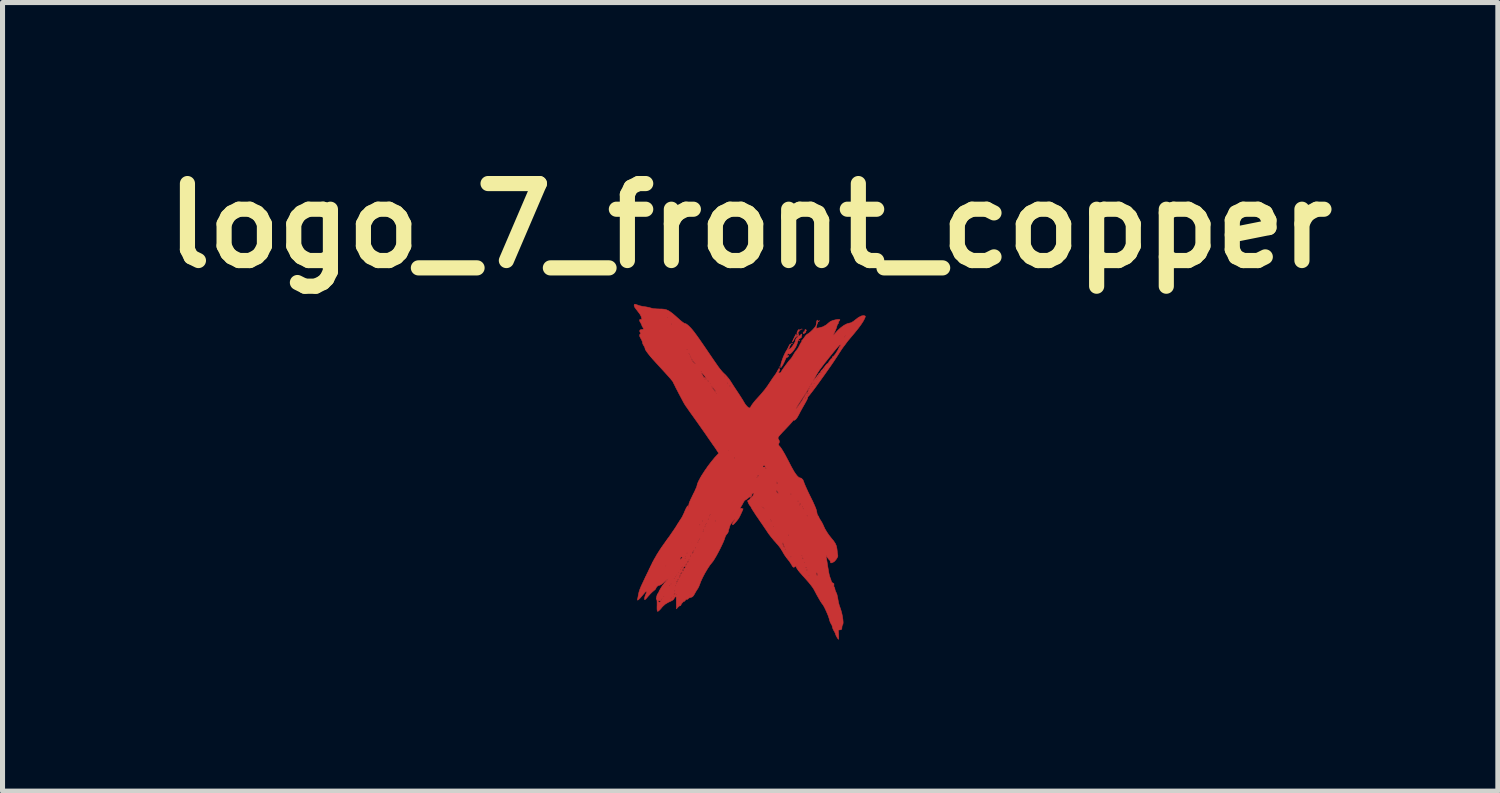
<source format=kicad_pcb>
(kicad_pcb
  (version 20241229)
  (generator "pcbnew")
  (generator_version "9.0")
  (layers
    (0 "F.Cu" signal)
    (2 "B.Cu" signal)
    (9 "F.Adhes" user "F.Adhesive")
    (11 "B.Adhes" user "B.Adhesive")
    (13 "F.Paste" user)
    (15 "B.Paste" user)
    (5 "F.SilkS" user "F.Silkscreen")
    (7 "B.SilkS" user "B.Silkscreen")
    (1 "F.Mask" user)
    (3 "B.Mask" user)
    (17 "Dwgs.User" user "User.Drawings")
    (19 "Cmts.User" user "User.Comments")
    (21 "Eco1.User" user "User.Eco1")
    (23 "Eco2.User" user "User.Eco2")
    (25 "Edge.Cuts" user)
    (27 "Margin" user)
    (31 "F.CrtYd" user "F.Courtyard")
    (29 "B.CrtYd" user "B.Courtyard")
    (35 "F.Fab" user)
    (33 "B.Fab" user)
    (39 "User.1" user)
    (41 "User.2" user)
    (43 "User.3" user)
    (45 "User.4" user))
  (footprint "logo_7_front_copper"
    (layer "F.Cu")
    (at 11.8 6.498)
    (property "Reference" "logo_7_front_copper" (at 0 -5.08 0) (layer "F.SilkS") (effects (font (size 1.524 1.524) (thickness 0.3))))
    (attr through_hole)
    (fp_poly (pts (xy 0.584 -2.283) (xy 0.578 -2.277) (xy 0.572 -2.283) (xy 0.578 -2.289) (xy 0.584 -2.283)) (stroke (width 0.01) (type solid)) (fill yes) (layer "F.Cu"))
    (fp_poly (pts (xy 0.902 -2.816) (xy 0.895 -2.81) (xy 0.889 -2.816) (xy 0.895 -2.823) (xy 0.902 -2.816)) (stroke (width 0.01) (type solid)) (fill yes) (layer "F.Cu"))
    (fp_poly (pts (xy 0.978 -2.804) (xy 0.972 -2.797) (xy 0.965 -2.804) (xy 0.972 -2.81) (xy 0.978 -2.804)) (stroke (width 0.01) (type solid)) (fill yes) (layer "F.Cu"))
    (fp_poly (pts (xy 1.003 -3.02) (xy 0.997 -3.013) (xy 0.991 -3.02) (xy 0.997 -3.026) (xy 1.003 -3.02)) (stroke (width 0.01) (type solid)) (fill yes) (layer "F.Cu"))
    (fp_poly (pts (xy 1.029 -3.032) (xy 1.022 -3.026) (xy 1.016 -3.032) (xy 1.022 -3.039) (xy 1.029 -3.032)) (stroke (width 0.01) (type solid)) (fill yes) (layer "F.Cu"))
    (fp_poly (pts (xy 0.834 -2.755) (xy 0.832 -2.747) (xy 0.826 -2.747) (xy 0.815 -2.751) (xy 0.817 -2.755) (xy 0.832 -2.756) (xy 0.834 -2.755)) (stroke (width 0.01) (type solid)) (fill yes) (layer "F.Cu"))
    (fp_poly (pts (xy 1.368 -3.195) (xy 1.365 -3.191) (xy 1.353 -3.179) (xy 1.351 -3.178) (xy 1.35 -3.187) (xy 1.353 -3.191) (xy 1.365 -3.203) (xy 1.367 -3.204) (xy 1.368 -3.195)) (stroke (width 0.01) (type solid)) (fill yes) (layer "F.Cu"))
    (fp_poly (pts (xy 1.108 -3.018) (xy 1.111 -3.002) (xy 1.105 -2.994) (xy 1.097 -2.979) (xy 1.099 -2.974) (xy 1.096 -2.964) (xy 1.086 -2.962) (xy 1.071 -2.957) (xy 1.072 -2.952) (xy 1.068 -2.942) (xy 1.061 -2.941) (xy 1.048 -2.951) (xy 1.047 -2.961) (xy 1.059 -2.979) (xy 1.068 -2.982) (xy 1.081 -2.992) (xy 1.082 -3.004) (xy 1.085 -3.022) (xy 1.091 -3.026) (xy 1.108 -3.018)) (stroke (width 0.01) (type solid)) (fill yes) (layer "F.Cu"))
    (fp_poly (pts (xy 0.977 -3.018) (xy 0.973 -2.998) (xy 0.959 -2.98) (xy 0.944 -2.96) (xy 0.94 -2.945) (xy 0.947 -2.941) (xy 0.952 -2.943) (xy 0.96 -2.941) (xy 0.958 -2.932) (xy 0.954 -2.906) (xy 0.966 -2.896) (xy 0.987 -2.907) (xy 0.99 -2.911) (xy 1.009 -2.93) (xy 1.02 -2.937) (xy 1.023 -2.927) (xy 1.021 -2.904) (xy 1.015 -2.886) (xy 1.014 -2.871) (xy 1.005 -2.861) (xy 0.99 -2.854) (xy 0.964 -2.834) (xy 0.944 -2.794) (xy 0.934 -2.759) (xy 0.92 -2.717) (xy 0.898 -2.671) (xy 0.869 -2.627) (xy 0.839 -2.587) (xy 0.809 -2.557) (xy 0.784 -2.539) (xy 0.765 -2.54) (xy 0.762 -2.543) (xy 0.751 -2.549) (xy 0.738 -2.533) (xy 0.736 -2.53) (xy 0.727 -2.51) (xy 0.733 -2.506) (xy 0.741 -2.509) (xy 0.759 -2.511) (xy 0.762 -2.506) (xy 0.754 -2.49) (xy 0.737 -2.476) (xy 0.723 -2.473) (xy 0.721 -2.474) (xy 0.714 -2.467) (xy 0.701 -2.442) (xy 0.692 -2.421) (xy 0.674 -2.381) (xy 0.651 -2.336) (xy 0.626 -2.296) (xy 0.606 -2.269) (xy 0.605 -2.268) (xy 0.604 -2.277) (xy 0.604 -2.303) (xy 0.604 -2.312) (xy 0.611 -2.351) (xy 0.627 -2.404) (xy 0.648 -2.464) (xy 0.673 -2.523) (xy 0.697 -2.572) (xy 0.712 -2.598) (xy 0.733 -2.631) (xy 0.755 -2.674) (xy 0.762 -2.69) (xy 0.781 -2.726) (xy 0.797 -2.74) (xy 0.802 -2.739) (xy 0.807 -2.727) (xy 0.793 -2.713) (xy 0.779 -2.697) (xy 0.779 -2.687) (xy 0.778 -2.673) (xy 0.766 -2.655) (xy 0.753 -2.637) (xy 0.758 -2.633) (xy 0.784 -2.643) (xy 0.792 -2.646) (xy 0.812 -2.663) (xy 0.837 -2.696) (xy 0.864 -2.736) (xy 0.887 -2.777) (xy 0.903 -2.814) (xy 0.907 -2.838) (xy 0.907 -2.841) (xy 0.912 -2.857) (xy 0.926 -2.864) (xy 0.948 -2.876) (xy 0.95 -2.888) (xy 0.932 -2.894) (xy 0.927 -2.894) (xy 0.903 -2.881) (xy 0.878 -2.847) (xy 0.875 -2.842) (xy 0.852 -2.8) (xy 0.839 -2.781) (xy 0.836 -2.785) (xy 0.846 -2.811) (xy 0.862 -2.846) (xy 0.882 -2.887) (xy 0.899 -2.919) (xy 0.909 -2.935) (xy 0.909 -2.935) (xy 0.913 -2.935) (xy 0.91 -2.929) (xy 0.912 -2.913) (xy 0.921 -2.907) (xy 0.936 -2.909) (xy 0.94 -2.925) (xy 0.931 -2.941) (xy 0.928 -2.943) (xy 0.925 -2.957) (xy 0.933 -2.982) (xy 0.946 -3.008) (xy 0.961 -3.024) (xy 0.966 -3.026) (xy 0.977 -3.018)) (stroke (width 0.01) (type solid)) (fill yes) (layer "F.Cu"))
    (fp_poly (pts (xy -2.272 -3.525) (xy -2.242 -3.515) (xy -2.228 -3.51) (xy -2.187 -3.496) (xy -2.134 -3.484) (xy -2.102 -3.479) (xy -2.048 -3.471) (xy -1.995 -3.46) (xy -1.97 -3.452) (xy -1.92 -3.44) (xy -1.853 -3.434) (xy -1.798 -3.432) (xy -1.746 -3.431) (xy -1.703 -3.427) (xy -1.663 -3.418) (xy -1.625 -3.402) (xy -1.584 -3.377) (xy -1.535 -3.341) (xy -1.477 -3.291) (xy -1.405 -3.227) (xy -1.389 -3.212) (xy -1.35 -3.18) (xy -1.317 -3.156) (xy -1.295 -3.145) (xy -1.29 -3.144) (xy -1.273 -3.14) (xy -1.245 -3.121) (xy -1.216 -3.096) (xy -1.192 -3.072) (xy -1.168 -3.047) (xy -1.144 -3.019) (xy -1.117 -2.986) (xy -1.087 -2.946) (xy -1.051 -2.897) (xy -1.007 -2.835) (xy -0.955 -2.76) (xy -0.893 -2.67) (xy -0.819 -2.561) (xy -0.781 -2.505) (xy -0.72 -2.416) (xy -0.67 -2.344) (xy -0.631 -2.288) (xy -0.598 -2.244) (xy -0.57 -2.21) (xy -0.545 -2.181) (xy -0.521 -2.157) (xy -0.5 -2.138) (xy -0.463 -2.099) (xy -0.421 -2.048) (xy -0.384 -1.995) (xy -0.381 -1.989) (xy -0.349 -1.939) (xy -0.309 -1.877) (xy -0.266 -1.812) (xy -0.24 -1.773) (xy -0.204 -1.718) (xy -0.17 -1.665) (xy -0.143 -1.622) (xy -0.129 -1.597) (xy -0.097 -1.545) (xy -0.062 -1.503) (xy -0.03 -1.477) (xy -0.023 -1.473) (xy -0.005 -1.475) (xy 0.013 -1.498) (xy 0.019 -1.511) (xy 0.037 -1.539) (xy 0.068 -1.58) (xy 0.106 -1.626) (xy 0.13 -1.652) (xy 0.22 -1.752) (xy 0.294 -1.841) (xy 0.353 -1.922) (xy 0.356 -1.927) (xy 1.198 -1.927) (xy 1.199 -1.921) (xy 1.209 -1.931) (xy 1.219 -1.946) (xy 1.222 -1.953) (xy 1.257 -1.953) (xy 1.264 -1.946) (xy 1.27 -1.953) (xy 1.264 -1.959) (xy 1.257 -1.953) (xy 1.222 -1.953) (xy 1.227 -1.966) (xy 1.226 -1.972) (xy 1.216 -1.962) (xy 1.206 -1.946) (xy 1.198 -1.927) (xy 0.356 -1.927) (xy 0.385 -1.971) (xy 0.404 -1.999) (xy 1.245 -1.999) (xy 1.247 -2.002) (xy 1.265 -2.026) (xy 1.277 -2.042) (xy 1.308 -2.042) (xy 1.314 -2.035) (xy 1.321 -2.042) (xy 1.314 -2.048) (xy 1.308 -2.042) (xy 1.277 -2.042) (xy 1.291 -2.059) (xy 1.298 -2.067) (xy 1.321 -2.067) (xy 1.327 -2.061) (xy 1.333 -2.067) (xy 1.327 -2.073) (xy 1.321 -2.067) (xy 1.298 -2.067) (xy 1.305 -2.077) (xy 1.328 -2.105) (xy 1.346 -2.105) (xy 1.353 -2.099) (xy 1.359 -2.105) (xy 1.353 -2.111) (xy 1.346 -2.105) (xy 1.328 -2.105) (xy 1.332 -2.111) (xy 1.354 -2.141) (xy 1.355 -2.143) (xy 1.372 -2.143) (xy 1.378 -2.137) (xy 1.384 -2.143) (xy 1.378 -2.15) (xy 1.372 -2.143) (xy 1.355 -2.143) (xy 1.36 -2.152) (xy 1.376 -2.167) (xy 1.387 -2.167) (xy 1.395 -2.166) (xy 1.394 -2.169) (xy 1.41 -2.169) (xy 1.416 -2.162) (xy 1.422 -2.169) (xy 1.416 -2.175) (xy 1.41 -2.169) (xy 1.394 -2.169) (xy 1.392 -2.173) (xy 1.394 -2.191) (xy 1.405 -2.207) (xy 1.41 -2.207) (xy 1.416 -2.2) (xy 1.422 -2.207) (xy 1.435 -2.207) (xy 1.441 -2.2) (xy 1.448 -2.207) (xy 1.441 -2.213) (xy 1.435 -2.207) (xy 1.422 -2.207) (xy 1.416 -2.213) (xy 1.41 -2.207) (xy 1.405 -2.207) (xy 1.411 -2.214) (xy 1.413 -2.216) (xy 1.437 -2.243) (xy 1.439 -2.245) (xy 1.46 -2.245) (xy 1.467 -2.239) (xy 1.473 -2.245) (xy 1.467 -2.251) (xy 1.46 -2.245) (xy 1.439 -2.245) (xy 1.468 -2.281) (xy 1.485 -2.305) (xy 1.51 -2.336) (xy 1.532 -2.354) (xy 1.542 -2.357) (xy 1.549 -2.355) (xy 1.547 -2.358) (xy 1.549 -2.373) (xy 1.565 -2.397) (xy 1.569 -2.402) (xy 1.59 -2.427) (xy 1.6 -2.444) (xy 1.6 -2.445) (xy 1.608 -2.45) (xy 1.613 -2.448) (xy 1.624 -2.447) (xy 1.624 -2.45) (xy 1.624 -2.476) (xy 1.632 -2.488) (xy 1.637 -2.487) (xy 1.648 -2.494) (xy 1.668 -2.517) (xy 1.693 -2.55) (xy 1.718 -2.589) (xy 1.74 -2.627) (xy 1.756 -2.659) (xy 1.759 -2.667) (xy 1.768 -2.687) (xy 1.776 -2.691) (xy 1.783 -2.697) (xy 1.786 -2.715) (xy 1.785 -2.723) (xy 1.778 -2.723) (xy 1.764 -2.712) (xy 1.742 -2.689) (xy 1.71 -2.653) (xy 1.667 -2.601) (xy 1.612 -2.533) (xy 1.543 -2.447) (xy 1.529 -2.429) (xy 1.466 -2.35) (xy 1.417 -2.285) (xy 1.377 -2.232) (xy 1.345 -2.184) (xy 1.317 -2.138) (xy 1.289 -2.088) (xy 1.278 -2.067) (xy 1.258 -2.029) (xy 1.247 -2.005) (xy 1.245 -1.999) (xy 0.404 -1.999) (xy 0.418 -2.021) (xy 0.453 -2.073) (xy 0.479 -2.108) (xy 0.509 -2.151) (xy 0.535 -2.195) (xy 0.546 -2.216) (xy 0.561 -2.245) (xy 0.573 -2.254) (xy 0.582 -2.247) (xy 0.589 -2.227) (xy 0.578 -2.206) (xy 0.562 -2.18) (xy 0.564 -2.167) (xy 0.584 -2.166) (xy 0.605 -2.172) (xy 0.61 -2.18) (xy 0.617 -2.195) (xy 0.636 -2.226) (xy 0.664 -2.266) (xy 0.696 -2.311) (xy 0.73 -2.356) (xy 0.76 -2.396) (xy 0.785 -2.425) (xy 0.795 -2.435) (xy 0.818 -2.463) (xy 0.842 -2.501) (xy 0.85 -2.514) (xy 0.876 -2.559) (xy 0.907 -2.603) (xy 0.915 -2.611) (xy 0.944 -2.651) (xy 0.969 -2.695) (xy 0.973 -2.704) (xy 0.991 -2.741) (xy 1.009 -2.771) (xy 1.013 -2.775) (xy 1.024 -2.792) (xy 1.021 -2.797) (xy 1.018 -2.803) (xy 1.023 -2.807) (xy 1.037 -2.822) (xy 1.06 -2.851) (xy 1.078 -2.877) (xy 1.08 -2.88) (xy 1.867 -2.88) (xy 1.873 -2.873) (xy 1.88 -2.88) (xy 1.873 -2.886) (xy 1.867 -2.88) (xy 1.08 -2.88) (xy 1.1 -2.905) (xy 1.88 -2.905) (xy 1.886 -2.899) (xy 1.892 -2.905) (xy 1.886 -2.912) (xy 1.88 -2.905) (xy 1.1 -2.905) (xy 1.103 -2.91) (xy 1.126 -2.931) (xy 1.137 -2.937) (xy 1.154 -2.946) (xy 1.183 -2.969) (xy 1.218 -3.002) (xy 1.232 -3.015) (xy 1.272 -3.059) (xy 1.297 -3.092) (xy 1.307 -3.119) (xy 1.309 -3.133) (xy 1.313 -3.17) (xy 1.32 -3.197) (xy 1.327 -3.212) (xy 1.332 -3.206) (xy 1.336 -3.188) (xy 1.338 -3.162) (xy 1.333 -3.15) (xy 1.326 -3.137) (xy 1.317 -3.107) (xy 1.315 -3.098) (xy 1.306 -3.049) (xy 1.361 -3.058) (xy 1.441 -3.08) (xy 1.509 -3.119) (xy 1.543 -3.149) (xy 1.586 -3.183) (xy 1.637 -3.206) (xy 1.704 -3.221) (xy 1.73 -3.225) (xy 1.765 -3.226) (xy 1.777 -3.217) (xy 1.767 -3.198) (xy 1.759 -3.191) (xy 1.747 -3.173) (xy 1.748 -3.163) (xy 1.746 -3.146) (xy 1.739 -3.14) (xy 1.725 -3.12) (xy 1.718 -3.096) (xy 1.71 -3.066) (xy 1.694 -3.025) (xy 1.679 -2.99) (xy 1.656 -2.942) (xy 1.644 -2.914) (xy 1.643 -2.906) (xy 1.653 -2.916) (xy 1.674 -2.941) (xy 1.679 -2.947) (xy 1.735 -3.009) (xy 1.796 -3.064) (xy 1.858 -3.109) (xy 1.916 -3.139) (xy 1.966 -3.153) (xy 1.973 -3.153) (xy 2.001 -3.162) (xy 2.04 -3.185) (xy 2.071 -3.209) (xy 2.14 -3.262) (xy 2.198 -3.293) (xy 2.244 -3.302) (xy 2.255 -3.3) (xy 2.275 -3.293) (xy 2.28 -3.282) (xy 2.272 -3.258) (xy 2.268 -3.248) (xy 2.241 -3.195) (xy 2.2 -3.131) (xy 2.143 -3.053) (xy 2.069 -2.961) (xy 2 -2.879) (xy 1.963 -2.835) (xy 1.929 -2.794) (xy 1.905 -2.762) (xy 1.899 -2.754) (xy 1.872 -2.717) (xy 1.847 -2.685) (xy 1.83 -2.661) (xy 1.803 -2.622) (xy 1.77 -2.571) (xy 1.734 -2.515) (xy 1.728 -2.505) (xy 1.691 -2.449) (xy 1.646 -2.381) (xy 1.594 -2.305) (xy 1.537 -2.224) (xy 1.478 -2.14) (xy 1.418 -2.056) (xy 1.36 -1.975) (xy 1.305 -1.899) (xy 1.255 -1.832) (xy 1.212 -1.776) (xy 1.179 -1.734) (xy 1.158 -1.709) (xy 1.152 -1.704) (xy 1.141 -1.687) (xy 1.14 -1.685) (xy 1.136 -1.663) (xy 1.121 -1.63) (xy 1.096 -1.583) (xy 1.064 -1.527) (xy 1.031 -1.469) (xy 0.996 -1.406) (xy 0.967 -1.349) (xy 0.965 -1.346) (xy 0.933 -1.288) (xy 0.904 -1.249) (xy 0.878 -1.229) (xy 0.862 -1.23) (xy 0.851 -1.229) (xy 0.851 -1.226) (xy 0.843 -1.213) (xy 0.82 -1.186) (xy 0.787 -1.149) (xy 0.749 -1.108) (xy 0.683 -1.038) (xy 0.632 -0.985) (xy 0.596 -0.945) (xy 0.571 -0.916) (xy 0.557 -0.896) (xy 0.551 -0.881) (xy 0.552 -0.869) (xy 0.557 -0.858) (xy 0.565 -0.846) (xy 0.579 -0.816) (xy 0.576 -0.789) (xy 0.573 -0.782) (xy 0.563 -0.76) (xy 0.561 -0.745) (xy 0.57 -0.728) (xy 0.593 -0.702) (xy 0.599 -0.695) (xy 0.619 -0.667) (xy 0.647 -0.622) (xy 0.68 -0.566) (xy 0.714 -0.503) (xy 0.722 -0.488) (xy 0.756 -0.424) (xy 0.787 -0.363) (xy 0.814 -0.311) (xy 0.834 -0.275) (xy 0.837 -0.269) (xy 0.869 -0.213) (xy 0.903 -0.163) (xy 0.935 -0.123) (xy 0.962 -0.099) (xy 0.976 -0.092) (xy 1.014 -0.081) (xy 1.044 -0.05) (xy 1.062 -0.007) (xy 1.07 0.018) (xy 1.088 0.061) (xy 1.114 0.119) (xy 1.145 0.187) (xy 1.181 0.261) (xy 1.191 0.281) (xy 1.239 0.378) (xy 1.274 0.456) (xy 1.299 0.515) (xy 1.313 0.559) (xy 1.318 0.584) (xy 1.325 0.623) (xy 1.336 0.651) (xy 1.341 0.658) (xy 1.357 0.679) (xy 1.359 0.688) (xy 1.366 0.706) (xy 1.383 0.736) (xy 1.395 0.753) (xy 1.422 0.798) (xy 1.447 0.848) (xy 1.453 0.863) (xy 1.478 0.917) (xy 1.515 0.98) (xy 1.558 1.044) (xy 1.601 1.098) (xy 1.651 1.159) (xy 1.685 1.21) (xy 1.707 1.261) (xy 1.718 1.316) (xy 1.721 1.343) (xy 1.726 1.39) (xy 1.731 1.427) (xy 1.735 1.446) (xy 1.735 1.447) (xy 1.734 1.467) (xy 1.72 1.497) (xy 1.698 1.53) (xy 1.673 1.56) (xy 1.653 1.575) (xy 1.616 1.593) (xy 1.595 1.594) (xy 1.588 1.578) (xy 1.587 1.573) (xy 1.582 1.55) (xy 1.576 1.544) (xy 1.563 1.532) (xy 1.542 1.506) (xy 1.53 1.489) (xy 1.51 1.46) (xy 1.501 1.45) (xy 1.501 1.459) (xy 1.504 1.476) (xy 1.511 1.509) (xy 1.519 1.556) (xy 1.525 1.597) (xy 1.54 1.691) (xy 1.552 1.763) (xy 1.562 1.817) (xy 1.572 1.855) (xy 1.581 1.882) (xy 1.581 1.883) (xy 1.596 1.921) (xy 1.605 1.954) (xy 1.62 1.983) (xy 1.639 1.994) (xy 1.657 2.005) (xy 1.658 2.028) (xy 1.657 2.033) (xy 1.656 2.059) (xy 1.663 2.073) (xy 1.674 2.091) (xy 1.676 2.106) (xy 1.682 2.135) (xy 1.696 2.169) (xy 1.696 2.17) (xy 1.708 2.194) (xy 1.717 2.218) (xy 1.724 2.247) (xy 1.733 2.29) (xy 1.741 2.337) (xy 1.751 2.388) (xy 1.764 2.436) (xy 1.772 2.458) (xy 1.794 2.521) (xy 1.813 2.589) (xy 1.827 2.656) (xy 1.836 2.718) (xy 1.84 2.77) (xy 1.837 2.806) (xy 1.829 2.822) (xy 1.82 2.839) (xy 1.816 2.87) (xy 1.816 2.873) (xy 1.813 2.903) (xy 1.8 2.916) (xy 1.781 2.92) (xy 1.746 2.924) (xy 1.751 3.016) (xy 1.752 3.061) (xy 1.751 3.093) (xy 1.749 3.108) (xy 1.749 3.108) (xy 1.739 3.098) (xy 1.722 3.074) (xy 1.716 3.063) (xy 1.699 3.031) (xy 1.689 3.007) (xy 1.689 3.003) (xy 1.682 2.983) (xy 1.666 2.952) (xy 1.657 2.937) (xy 1.638 2.9) (xy 1.627 2.868) (xy 1.626 2.859) (xy 1.618 2.83) (xy 1.602 2.802) (xy 1.584 2.769) (xy 1.571 2.728) (xy 1.569 2.721) (xy 1.559 2.684) (xy 1.541 2.633) (xy 1.517 2.576) (xy 1.491 2.518) (xy 1.466 2.467) (xy 1.444 2.429) (xy 1.434 2.416) (xy 1.413 2.388) (xy 1.385 2.343) (xy 1.383 2.34) (xy 1.397 2.34) (xy 1.403 2.346) (xy 1.41 2.34) (xy 1.403 2.333) (xy 1.397 2.34) (xy 1.383 2.34) (xy 1.351 2.285) (xy 1.315 2.221) (xy 1.281 2.156) (xy 1.277 2.149) (xy 1.257 2.112) (xy 1.231 2.073) (xy 1.197 2.028) (xy 1.154 1.975) (xy 1.097 1.91) (xy 1.038 1.845) (xy 1.156 1.845) (xy 1.162 1.851) (xy 1.168 1.845) (xy 1.162 1.838) (xy 1.156 1.845) (xy 1.038 1.845) (xy 1.026 1.831) (xy 1.013 1.816) (xy 0.99 1.79) (xy 1.308 1.79) (xy 1.313 1.82) (xy 1.317 1.834) (xy 1.325 1.85) (xy 1.329 1.842) (xy 1.331 1.835) (xy 1.328 1.806) (xy 1.322 1.791) (xy 1.312 1.776) (xy 1.309 1.783) (xy 1.308 1.79) (xy 0.99 1.79) (xy 0.975 1.773) (xy 0.947 1.737) (xy 1.118 1.737) (xy 1.122 1.747) (xy 1.126 1.745) (xy 1.128 1.73) (xy 1.126 1.728) (xy 1.119 1.73) (xy 1.118 1.737) (xy 0.947 1.737) (xy 0.944 1.733) (xy 0.924 1.703) (xy 0.919 1.691) (xy 0.913 1.677) (xy 1.094 1.677) (xy 1.097 1.684) (xy 1.11 1.697) (xy 1.117 1.695) (xy 1.118 1.693) (xy 1.109 1.682) (xy 1.103 1.678) (xy 1.094 1.677) (xy 0.913 1.677) (xy 0.909 1.665) (xy 0.894 1.663) (xy 0.88 1.675) (xy 0.86 1.682) (xy 0.839 1.666) (xy 0.819 1.631) (xy 0.801 1.601) (xy 0.794 1.591) (xy 1.067 1.591) (xy 1.073 1.597) (xy 1.079 1.591) (xy 1.073 1.584) (xy 1.067 1.591) (xy 0.794 1.591) (xy 0.773 1.561) (xy 0.739 1.518) (xy 0.738 1.517) (xy 0.718 1.49) (xy 1.03 1.49) (xy 1.037 1.51) (xy 1.046 1.521) (xy 1.046 1.521) (xy 1.048 1.51) (xy 1.045 1.495) (xy 1.037 1.477) (xy 1.032 1.475) (xy 1.03 1.49) (xy 0.718 1.49) (xy 0.707 1.476) (xy 0.8 1.476) (xy 0.806 1.483) (xy 0.813 1.476) (xy 0.806 1.47) (xy 0.8 1.476) (xy 0.707 1.476) (xy 0.7 1.466) (xy 0.689 1.451) (xy 1.016 1.451) (xy 1.022 1.457) (xy 1.029 1.451) (xy 1.022 1.444) (xy 1.016 1.451) (xy 0.689 1.451) (xy 0.662 1.409) (xy 0.637 1.364) (xy 0.613 1.324) (xy 0.686 1.324) (xy 0.692 1.33) (xy 0.699 1.324) (xy 0.692 1.317) (xy 0.686 1.324) (xy 0.613 1.324) (xy 0.607 1.313) (xy 0.564 1.256) (xy 0.521 1.206) (xy 0.64 1.206) (xy 0.646 1.231) (xy 0.658 1.26) (xy 0.67 1.286) (xy 0.68 1.3) (xy 0.682 1.3) (xy 0.681 1.286) (xy 0.675 1.269) (xy 0.667 1.247) (xy 0.669 1.237) (xy 0.667 1.229) (xy 0.662 1.229) (xy 0.652 1.222) (xy 0.654 1.217) (xy 0.652 1.2) (xy 0.649 1.198) (xy 0.64 1.2) (xy 0.64 1.206) (xy 0.521 1.206) (xy 0.516 1.2) (xy 0.512 1.196) (xy 0.465 1.143) (xy 0.413 1.08) (xy 0.386 1.044) (xy 0.749 1.044) (xy 0.756 1.051) (xy 0.762 1.044) (xy 0.756 1.038) (xy 0.749 1.044) (xy 0.386 1.044) (xy 0.365 1.017) (xy 0.349 0.993) (xy 0.316 0.944) (xy 0.272 0.879) (xy 0.457 0.879) (xy 0.464 0.886) (xy 0.47 0.879) (xy 0.464 0.873) (xy 0.457 0.879) (xy 0.272 0.879) (xy 0.272 0.879) (xy 0.223 0.807) (xy 0.194 0.765) (xy 0.406 0.765) (xy 0.413 0.771) (xy 0.419 0.765) (xy 0.413 0.759) (xy 0.406 0.765) (xy 0.194 0.765) (xy 0.177 0.74) (xy 0.394 0.74) (xy 0.4 0.746) (xy 0.406 0.74) (xy 0.4 0.733) (xy 0.394 0.74) (xy 0.177 0.74) (xy 0.172 0.733) (xy 0.143 0.69) (xy 0.114 0.648) (xy 1.12 0.648) (xy 1.123 0.655) (xy 1.136 0.669) (xy 1.143 0.666) (xy 1.143 0.664) (xy 1.134 0.653) (xy 1.128 0.65) (xy 1.12 0.648) (xy 0.114 0.648) (xy 0.101 0.628) (xy 0.065 0.573) (xy 0.037 0.528) (xy 0.034 0.524) (xy 0.267 0.524) (xy 0.273 0.53) (xy 0.279 0.524) (xy 1.041 0.524) (xy 1.048 0.53) (xy 1.054 0.524) (xy 1.048 0.517) (xy 1.041 0.524) (xy 0.279 0.524) (xy 0.273 0.517) (xy 0.267 0.524) (xy 0.034 0.524) (xy 0.019 0.497) (xy 0.013 0.483) (xy 0.006 0.468) (xy 0.003 0.467) (xy 0.229 0.467) (xy 0.233 0.473) (xy 0.24 0.482) (xy 0.258 0.502) (xy 0.266 0.502) (xy 0.267 0.5) (xy 0.258 0.489) (xy 0.254 0.486) (xy 1.029 0.486) (xy 1.035 0.492) (xy 1.041 0.486) (xy 1.035 0.479) (xy 1.029 0.486) (xy 0.254 0.486) (xy 0.244 0.478) (xy 0.238 0.473) (xy 0.991 0.473) (xy 0.997 0.479) (xy 1.003 0.473) (xy 0.997 0.467) (xy 0.991 0.473) (xy 0.238 0.473) (xy 0.229 0.467) (xy 0.003 0.467) (xy 0.002 0.467) (xy -0.008 0.456) (xy -0.014 0.448) (xy 0.965 0.448) (xy 0.972 0.454) (xy 0.978 0.448) (xy 0.972 0.441) (xy 0.965 0.448) (xy -0.014 0.448) (xy -0.024 0.432) (xy -0.03 0.419) (xy 0.98 0.419) (xy 0.983 0.427) (xy 0.996 0.44) (xy 1.003 0.437) (xy 1.003 0.436) (xy 0.994 0.425) (xy 0.989 0.421) (xy 0.98 0.419) (xy -0.03 0.419) (xy -0.039 0.402) (xy -0.049 0.375) (xy -0.05 0.371) (xy 0.94 0.371) (xy 0.946 0.378) (xy 0.953 0.371) (xy 0.946 0.365) (xy 0.94 0.371) (xy -0.05 0.371) (xy -0.051 0.366) (xy -0.04 0.355) (xy -0.025 0.349) (xy -0.005 0.335) (xy 0 0.322) (xy 0.008 0.304) (xy 0.016 0.301) (xy 0.033 0.292) (xy 0.053 0.267) (xy 0.054 0.265) (xy 0.071 0.233) (xy 0.072 0.232) (xy 0.8 0.232) (xy 0.806 0.238) (xy 0.813 0.232) (xy 0.806 0.225) (xy 0.8 0.232) (xy 0.072 0.232) (xy 0.074 0.218) (xy 0.064 0.213) (xy 0.058 0.213) (xy 0.043 0.224) (xy 0.032 0.25) (xy 0.032 0.251) (xy 0.023 0.279) (xy 0.007 0.288) (xy -0.007 0.288) (xy -0.02 0.295) (xy -0.044 0.313) (xy -0.052 0.32) (xy -0.079 0.341) (xy -0.099 0.352) (xy -0.101 0.352) (xy -0.113 0.363) (xy -0.13 0.389) (xy -0.139 0.406) (xy -0.161 0.447) (xy -0.182 0.482) (xy -0.188 0.491) (xy -0.202 0.513) (xy -0.201 0.518) (xy -0.187 0.514) (xy -0.169 0.513) (xy -0.165 0.519) (xy -0.157 0.526) (xy -0.152 0.524) (xy -0.143 0.52) (xy -0.141 0.526) (xy -0.148 0.546) (xy -0.164 0.583) (xy -0.184 0.627) (xy -0.209 0.679) (xy -0.234 0.721) (xy -0.264 0.761) (xy -0.306 0.808) (xy -0.323 0.826) (xy -0.343 0.841) (xy -0.353 0.837) (xy -0.352 0.819) (xy -0.338 0.791) (xy -0.334 0.786) (xy -0.309 0.75) (xy -0.3 0.734) (xy -0.307 0.737) (xy -0.33 0.76) (xy -0.341 0.771) (xy -0.37 0.807) (xy -0.393 0.841) (xy -0.401 0.86) (xy -0.412 0.898) (xy -0.42 0.921) (xy -0.429 0.954) (xy -0.432 0.973) (xy -0.441 0.997) (xy -0.462 1.024) (xy -0.462 1.024) (xy -0.486 1.057) (xy -0.501 1.097) (xy -0.501 1.097) (xy -0.512 1.132) (xy -0.533 1.183) (xy -0.562 1.246) (xy -0.596 1.316) (xy -0.633 1.387) (xy -0.67 1.455) (xy -0.705 1.514) (xy -0.734 1.56) (xy -0.753 1.584) (xy -0.798 1.64) (xy -0.846 1.713) (xy -0.895 1.796) (xy -0.94 1.881) (xy -0.977 1.961) (xy -0.996 2.012) (xy -1.013 2.056) (xy -1.031 2.093) (xy -1.04 2.107) (xy -1.059 2.135) (xy -1.083 2.175) (xy -1.098 2.203) (xy -1.121 2.242) (xy -1.141 2.264) (xy -1.166 2.275) (xy -1.177 2.278) (xy -1.208 2.288) (xy -1.227 2.302) (xy -1.228 2.304) (xy -1.243 2.317) (xy -1.252 2.316) (xy -1.271 2.32) (xy -1.284 2.335) (xy -1.297 2.353) (xy -1.304 2.354) (xy -1.316 2.358) (xy -1.335 2.375) (xy -1.355 2.398) (xy -1.369 2.421) (xy -1.372 2.431) (xy -1.378 2.443) (xy -1.384 2.442) (xy -1.399 2.445) (xy -1.422 2.464) (xy -1.428 2.47) (xy -1.46 2.505) (xy -1.463 2.403) (xy -1.463 2.352) (xy -1.463 2.31) (xy -1.463 2.283) (xy -1.463 2.28) (xy -1.467 2.265) (xy -1.481 2.267) (xy -1.498 2.284) (xy -1.505 2.298) (xy -1.513 2.312) (xy -1.523 2.324) (xy -1.54 2.336) (xy -1.57 2.352) (xy -1.618 2.374) (xy -1.626 2.378) (xy -1.684 2.413) (xy -1.737 2.462) (xy -1.756 2.486) (xy -1.787 2.521) (xy -1.814 2.546) (xy -1.831 2.555) (xy -1.832 2.555) (xy -1.84 2.542) (xy -1.844 2.511) (xy -1.844 2.457) (xy -1.843 2.435) (xy -1.843 2.378) (xy -1.845 2.343) (xy -1.827 2.343) (xy -1.823 2.365) (xy -1.801 2.372) (xy -1.797 2.372) (xy -1.775 2.367) (xy -1.773 2.353) (xy -1.774 2.352) (xy -1.785 2.34) (xy -1.797 2.347) (xy -1.812 2.352) (xy -1.82 2.337) (xy -1.824 2.327) (xy -1.765 2.327) (xy -1.759 2.333) (xy -1.753 2.327) (xy -1.759 2.321) (xy -1.765 2.327) (xy -1.824 2.327) (xy -1.825 2.325) (xy -1.827 2.336) (xy -1.827 2.343) (xy -1.845 2.343) (xy -1.845 2.339) (xy -1.85 2.321) (xy -1.852 2.321) (xy -1.856 2.31) (xy -1.856 2.302) (xy -1.765 2.302) (xy -1.759 2.308) (xy -1.753 2.302) (xy -1.74 2.302) (xy -1.734 2.308) (xy -1.727 2.302) (xy -1.587 2.302) (xy -1.581 2.308) (xy -1.575 2.302) (xy -1.581 2.295) (xy -1.587 2.302) (xy -1.727 2.302) (xy -1.734 2.295) (xy -1.74 2.302) (xy -1.753 2.302) (xy -1.759 2.295) (xy -1.765 2.302) (xy -1.856 2.302) (xy -1.855 2.289) (xy -1.562 2.289) (xy -1.556 2.295) (xy -1.549 2.289) (xy -1.556 2.283) (xy -1.562 2.289) (xy -1.855 2.289) (xy -1.855 2.284) (xy -1.851 2.264) (xy -1.714 2.264) (xy -1.708 2.27) (xy -1.702 2.264) (xy -1.524 2.264) (xy -1.518 2.27) (xy -1.511 2.264) (xy -1.518 2.257) (xy -1.524 2.264) (xy -1.702 2.264) (xy -1.708 2.257) (xy -1.714 2.264) (xy -1.851 2.264) (xy -1.849 2.253) (xy -1.841 2.224) (xy -1.839 2.221) (xy -1.511 2.221) (xy -1.503 2.228) (xy -1.499 2.226) (xy -1.46 2.226) (xy -1.454 2.232) (xy -1.448 2.226) (xy -1.454 2.219) (xy -1.46 2.226) (xy -1.499 2.226) (xy -1.486 2.209) (xy -1.486 2.205) (xy -1.494 2.198) (xy -1.499 2.2) (xy -1.511 2.217) (xy -1.511 2.221) (xy -1.839 2.221) (xy -1.831 2.207) (xy -1.831 2.207) (xy -1.821 2.193) (xy -1.805 2.162) (xy -1.799 2.149) (xy -1.499 2.149) (xy -1.492 2.156) (xy -1.486 2.149) (xy -1.492 2.143) (xy -1.499 2.149) (xy -1.799 2.149) (xy -1.786 2.124) (xy -1.758 2.076) (xy -1.738 2.048) (xy -1.6 2.048) (xy -1.594 2.054) (xy -1.587 2.048) (xy -1.486 2.048) (xy -1.48 2.054) (xy -1.473 2.048) (xy -1.48 2.041) (xy -1.486 2.048) (xy -1.587 2.048) (xy -1.594 2.041) (xy -1.6 2.048) (xy -1.738 2.048) (xy -1.719 2.021) (xy -1.71 2.01) (xy -1.575 2.01) (xy -1.568 2.016) (xy -1.562 2.01) (xy -1.568 2.003) (xy -1.575 2.01) (xy -1.71 2.01) (xy -1.703 2.002) (xy -1.468 2.002) (xy -1.467 2.003) (xy -1.458 1.993) (xy -1.443 1.967) (xy -1.434 1.949) (xy -1.422 1.922) (xy -1.42 1.911) (xy -1.425 1.914) (xy -1.44 1.935) (xy -1.454 1.962) (xy -1.465 1.987) (xy -1.468 2.002) (xy -1.703 2.002) (xy -1.676 1.97) (xy -1.672 1.966) (xy -1.639 1.93) (xy -1.623 1.911) (xy -1.625 1.91) (xy -1.645 1.925) (xy -1.684 1.958) (xy -1.718 1.989) (xy -1.753 2.017) (xy -1.784 2.034) (xy -1.801 2.039) (xy -1.823 2.045) (xy -1.847 2.065) (xy -1.864 2.091) (xy -1.867 2.103) (xy -1.877 2.118) (xy -1.901 2.139) (xy -1.91 2.146) (xy -1.938 2.17) (xy -1.975 2.206) (xy -2.014 2.249) (xy -2.021 2.257) (xy -2.054 2.296) (xy -2.075 2.317) (xy -2.087 2.323) (xy -2.092 2.316) (xy -2.093 2.311) (xy -2.09 2.284) (xy -2.079 2.245) (xy -2.066 2.214) (xy -2.049 2.173) (xy -2.047 2.154) (xy -2.058 2.156) (xy -2.083 2.179) (xy -2.122 2.224) (xy -2.14 2.246) (xy -2.181 2.294) (xy -2.211 2.323) (xy -2.228 2.333) (xy -2.233 2.323) (xy -2.23 2.311) (xy -2.224 2.285) (xy -2.217 2.247) (xy -2.216 2.238) (xy -2.208 2.198) (xy -2.198 2.16) (xy -2.184 2.118) (xy -2.164 2.068) (xy -2.135 2.005) (xy -2.097 1.925) (xy -2.095 1.921) (xy -2.089 1.908) (xy -1.511 1.908) (xy -1.505 1.914) (xy -1.499 1.908) (xy -1.505 1.902) (xy -1.511 1.908) (xy -2.089 1.908) (xy -2.076 1.882) (xy -1.41 1.882) (xy -1.404 1.883) (xy -1.392 1.869) (xy -1.38 1.848) (xy -1.38 1.839) (xy -1.39 1.842) (xy -1.402 1.859) (xy -1.409 1.879) (xy -1.41 1.882) (xy -2.076 1.882) (xy -2.071 1.87) (xy -1.486 1.87) (xy -1.48 1.876) (xy -1.473 1.87) (xy -1.48 1.864) (xy -1.486 1.87) (xy -2.071 1.87) (xy -2.06 1.848) (xy -2.052 1.832) (xy -1.46 1.832) (xy -1.454 1.838) (xy -1.448 1.832) (xy -1.454 1.825) (xy -1.46 1.832) (xy -2.052 1.832) (xy -2.045 1.816) (xy -1.384 1.816) (xy -1.377 1.82) (xy -1.365 1.813) (xy -1.349 1.794) (xy -1.346 1.784) (xy -1.354 1.78) (xy -1.365 1.787) (xy -1.381 1.807) (xy -1.384 1.816) (xy -2.045 1.816) (xy -2.028 1.781) (xy -1.422 1.781) (xy -1.416 1.787) (xy -1.41 1.781) (xy -1.416 1.775) (xy -1.422 1.781) (xy -2.028 1.781) (xy -2.024 1.773) (xy -2.01 1.744) (xy -1.342 1.744) (xy -1.34 1.75) (xy -1.328 1.757) (xy -1.32 1.747) (xy -1.317 1.73) (xy -1.322 1.726) (xy -1.341 1.727) (xy -1.342 1.744) (xy -2.01 1.744) (xy -2.004 1.73) (xy -1.384 1.73) (xy -1.378 1.737) (xy -1.372 1.73) (xy -1.378 1.724) (xy -1.384 1.73) (xy -2.004 1.73) (xy -1.992 1.706) (xy -1.328 1.706) (xy -1.322 1.71) (xy -1.312 1.709) (xy -1.291 1.695) (xy -1.285 1.682) (xy -1.286 1.663) (xy -1.298 1.664) (xy -1.316 1.683) (xy -1.319 1.687) (xy -1.328 1.706) (xy -1.992 1.706) (xy -1.991 1.703) (xy -1.985 1.692) (xy -1.359 1.692) (xy -1.353 1.698) (xy -1.346 1.692) (xy -1.353 1.686) (xy -1.359 1.692) (xy -1.985 1.692) (xy -1.973 1.667) (xy -1.346 1.667) (xy -1.34 1.673) (xy -1.333 1.667) (xy -1.34 1.66) (xy -1.346 1.667) (xy -1.973 1.667) (xy -1.967 1.654) (xy -1.676 1.654) (xy -1.67 1.66) (xy -1.664 1.654) (xy -1.67 1.648) (xy -1.676 1.654) (xy -1.967 1.654) (xy -1.963 1.647) (xy -1.963 1.645) (xy -1.279 1.645) (xy -1.278 1.648) (xy -1.267 1.639) (xy -1.257 1.629) (xy -1.25 1.613) (xy -1.254 1.61) (xy -1.27 1.62) (xy -1.275 1.629) (xy -1.279 1.645) (xy -1.963 1.645) (xy -1.958 1.635) (xy -1.936 1.591) (xy -1.25 1.591) (xy -1.246 1.597) (xy -1.232 1.587) (xy -1.227 1.576) (xy -1.221 1.555) (xy -1.228 1.554) (xy -1.242 1.572) (xy -1.25 1.591) (xy -1.936 1.591) (xy -1.909 1.538) (xy -1.901 1.524) (xy -1.391 1.524) (xy -1.386 1.528) (xy -1.385 1.527) (xy -1.219 1.527) (xy -1.213 1.533) (xy -1.206 1.527) (xy -1.213 1.521) (xy -1.219 1.527) (xy -1.385 1.527) (xy -1.372 1.521) (xy -1.351 1.502) (xy -1.351 1.502) (xy -1.295 1.502) (xy -1.289 1.508) (xy -1.283 1.502) (xy -1.289 1.495) (xy -1.295 1.502) (xy -1.351 1.502) (xy -1.346 1.489) (xy -1.351 1.471) (xy -1.364 1.475) (xy -1.38 1.497) (xy -1.382 1.502) (xy -1.391 1.524) (xy -1.901 1.524) (xy -1.866 1.464) (xy -1.283 1.464) (xy -1.276 1.47) (xy -1.276 1.469) (xy -1.191 1.469) (xy -1.189 1.47) (xy -1.177 1.461) (xy -1.175 1.457) (xy -1.172 1.445) (xy -1.173 1.444) (xy -1.185 1.453) (xy -1.187 1.457) (xy -1.191 1.469) (xy -1.276 1.469) (xy -1.27 1.464) (xy -1.276 1.457) (xy -1.283 1.464) (xy -1.866 1.464) (xy -1.854 1.441) (xy -1.828 1.4) (xy -1.257 1.4) (xy -1.251 1.406) (xy -1.248 1.403) (xy -1.151 1.403) (xy -1.149 1.417) (xy -1.142 1.412) (xy -1.126 1.385) (xy -1.123 1.378) (xy -1.11 1.351) (xy -1.109 1.345) (xy -1.121 1.356) (xy -1.127 1.362) (xy -1.145 1.386) (xy -1.151 1.403) (xy -1.248 1.403) (xy -1.245 1.4) (xy -1.251 1.394) (xy -1.257 1.4) (xy -1.828 1.4) (xy -1.79 1.339) (xy -1.762 1.298) (xy -1.092 1.298) (xy -1.086 1.305) (xy -1.079 1.298) (xy -1.086 1.292) (xy -1.092 1.298) (xy -1.762 1.298) (xy -1.714 1.228) (xy -1.691 1.197) (xy -1.168 1.197) (xy -1.162 1.203) (xy -1.156 1.197) (xy -1.162 1.19) (xy -1.168 1.197) (xy -1.691 1.197) (xy -1.682 1.184) (xy -1.041 1.184) (xy -1.035 1.19) (xy -1.029 1.184) (xy -1.035 1.178) (xy -1.041 1.184) (xy -1.682 1.184) (xy -1.664 1.159) (xy -1.029 1.159) (xy -1.022 1.165) (xy -1.016 1.159) (xy -1.022 1.152) (xy -1.029 1.159) (xy -1.664 1.159) (xy -1.648 1.137) (xy -1.646 1.133) (xy -1.016 1.133) (xy -1.01 1.14) (xy -1.003 1.133) (xy -1.01 1.127) (xy -1.016 1.133) (xy -1.646 1.133) (xy -1.628 1.108) (xy -1.003 1.108) (xy -0.997 1.114) (xy -0.991 1.108) (xy -0.997 1.102) (xy -1.003 1.108) (xy -1.628 1.108) (xy -1.599 1.069) (xy -1.551 0.999) (xy -1.53 0.968) (xy -0.94 0.968) (xy -0.933 0.975) (xy -0.927 0.968) (xy -0.933 0.962) (xy -0.94 0.968) (xy -1.53 0.968) (xy -1.512 0.943) (xy -0.927 0.943) (xy -0.921 0.949) (xy -0.914 0.943) (xy -0.921 0.936) (xy -0.927 0.943) (xy -1.512 0.943) (xy -1.506 0.934) (xy -1.47 0.879) (xy -0.902 0.879) (xy -0.895 0.886) (xy -0.889 0.879) (xy -0.895 0.873) (xy -0.902 0.879) (xy -1.47 0.879) (xy -1.47 0.879) (xy -1.454 0.854) (xy -1.446 0.841) (xy -1.003 0.841) (xy -0.997 0.848) (xy -0.991 0.841) (xy -0.889 0.841) (xy -0.883 0.848) (xy -0.876 0.841) (xy -0.883 0.835) (xy -0.889 0.841) (xy -0.991 0.841) (xy -0.997 0.835) (xy -1.003 0.841) (xy -1.446 0.841) (xy -1.431 0.816) (xy -0.876 0.816) (xy -0.87 0.822) (xy -0.864 0.816) (xy -0.87 0.809) (xy -0.876 0.816) (xy -1.431 0.816) (xy -1.423 0.804) (xy -1.398 0.765) (xy -0.953 0.765) (xy -0.946 0.771) (xy -0.94 0.765) (xy -0.699 0.765) (xy -0.692 0.771) (xy -0.686 0.765) (xy -0.692 0.759) (xy -0.699 0.765) (xy -0.94 0.765) (xy -0.946 0.759) (xy -0.953 0.765) (xy -1.398 0.765) (xy -1.394 0.758) (xy -1.373 0.727) (xy -0.838 0.727) (xy -0.832 0.733) (xy -0.826 0.727) (xy -0.832 0.721) (xy -0.838 0.727) (xy -1.373 0.727) (xy -1.371 0.723) (xy -1.365 0.714) (xy -1.346 0.683) (xy -1.336 0.663) (xy -0.813 0.663) (xy -0.806 0.67) (xy -0.8 0.663) (xy -0.806 0.657) (xy -0.813 0.663) (xy -1.336 0.663) (xy -1.324 0.638) (xy -0.8 0.638) (xy -0.794 0.644) (xy -0.787 0.638) (xy -0.794 0.632) (xy -0.8 0.638) (xy -1.324 0.638) (xy -1.323 0.638) (xy -1.302 0.588) (xy -1.302 0.587) (xy -1.274 0.524) (xy -1.253 0.486) (xy -1.232 0.486) (xy -1.226 0.492) (xy -1.219 0.486) (xy -1.226 0.479) (xy -1.232 0.486) (xy -1.253 0.486) (xy -1.25 0.481) (xy -1.23 0.461) (xy -1.219 0.461) (xy -1.213 0.456) (xy -1.215 0.443) (xy -1.212 0.422) (xy -1.198 0.383) (xy -1.174 0.33) (xy -1.142 0.265) (xy -1.138 0.257) (xy 0 0.257) (xy 0.006 0.263) (xy 0.013 0.257) (xy 0.006 0.251) (xy 0 0.257) (xy -1.138 0.257) (xy -1.138 0.256) (xy -1.126 0.232) (xy 0.013 0.232) (xy 0.019 0.238) (xy 0.025 0.232) (xy 0.019 0.225) (xy 0.013 0.232) (xy -1.126 0.232) (xy -1.108 0.196) (xy -1.088 0.154) (xy 0.512 0.154) (xy 0.513 0.168) (xy 0.526 0.193) (xy 0.526 0.194) (xy 0.543 0.215) (xy 0.555 0.221) (xy 0.555 0.22) (xy 0.554 0.206) (xy 0.541 0.181) (xy 0.54 0.18) (xy 0.524 0.159) (xy 0.512 0.154) (xy 0.512 0.154) (xy -1.088 0.154) (xy -1.083 0.142) (xy -1.064 0.099) (xy -1.055 0.073) (xy -1.054 0.068) (xy -1.046 0.032) (xy -1.034 0.004) (xy 0.522 0.004) (xy 0.529 0.024) (xy 0.538 0.035) (xy 0.538 0.035) (xy 0.54 0.025) (xy 0.537 0.009) (xy 0.529 -0.009) (xy 0.524 -0.011) (xy 0.522 0.004) (xy -1.034 0.004) (xy -1.024 -0.02) (xy -0.99 -0.084) (xy -0.982 -0.099) (xy 0.127 -0.099) (xy 0.133 -0.092) (xy 0.14 -0.099) (xy 0.133 -0.105) (xy 0.127 -0.099) (xy -0.982 -0.099) (xy -0.963 -0.13) (xy 0.146 -0.13) (xy 0.147 -0.119) (xy 0.152 -0.118) (xy 0.165 -0.127) (xy 0.165 -0.13) (xy 0.161 -0.143) (xy 0.159 -0.143) (xy 0.149 -0.134) (xy 0.146 -0.13) (xy -0.963 -0.13) (xy -0.947 -0.157) (xy -0.896 -0.235) (xy -0.856 -0.292) (xy 0.294 -0.292) (xy 0.297 -0.285) (xy 0.31 -0.271) (xy 0.317 -0.274) (xy 0.318 -0.276) (xy 0.308 -0.286) (xy 0.303 -0.29) (xy 0.294 -0.292) (xy -0.856 -0.292) (xy -0.841 -0.314) (xy 0.254 -0.314) (xy 0.256 -0.298) (xy 0.269 -0.298) (xy 0.285 -0.303) (xy 0.298 -0.316) (xy 0.291 -0.329) (xy 0.272 -0.334) (xy 0.256 -0.323) (xy 0.254 -0.314) (xy -0.841 -0.314) (xy -0.84 -0.316) (xy -0.781 -0.394) (xy -0.721 -0.468) (xy -0.705 -0.486) (xy -0.318 -0.486) (xy -0.313 -0.475) (xy -0.309 -0.477) (xy -0.308 -0.493) (xy -0.309 -0.494) (xy -0.317 -0.493) (xy -0.318 -0.486) (xy -0.705 -0.486) (xy -0.674 -0.521) (xy -0.623 -0.576) (xy -0.659 -0.631) (xy -0.659 -0.632) (xy -0.432 -0.632) (xy -0.425 -0.626) (xy -0.419 -0.632) (xy -0.425 -0.638) (xy -0.432 -0.632) (xy -0.659 -0.632) (xy -0.686 -0.672) (xy -0.712 -0.71) (xy -0.721 -0.723) (xy -0.739 -0.747) (xy -0.766 -0.787) (xy -0.801 -0.837) (xy -0.839 -0.892) (xy -0.841 -0.895) (xy -0.877 -0.948) (xy -0.925 -1.016) (xy -0.979 -1.093) (xy -1.036 -1.174) (xy -1.092 -1.253) (xy -1.1 -1.264) (xy -1.15 -1.334) (xy -1.198 -1.401) (xy -1.236 -1.456) (xy 0.905 -1.456) (xy 0.906 -1.451) (xy 0.915 -1.461) (xy 0.935 -1.487) (xy 0.963 -1.526) (xy 0.988 -1.562) (xy 1.023 -1.615) (xy 1.048 -1.655) (xy 1.083 -1.655) (xy 1.084 -1.654) (xy 1.096 -1.663) (xy 1.099 -1.667) (xy 1.102 -1.679) (xy 1.1 -1.68) (xy 1.088 -1.671) (xy 1.086 -1.667) (xy 1.083 -1.655) (xy 1.048 -1.655) (xy 1.055 -1.667) (xy 1.081 -1.709) (xy 1.089 -1.724) (xy 1.118 -1.724) (xy 1.124 -1.718) (xy 1.13 -1.724) (xy 1.124 -1.73) (xy 1.118 -1.724) (xy 1.089 -1.724) (xy 1.091 -1.727) (xy 1.1 -1.744) (xy 1.133 -1.744) (xy 1.135 -1.743) (xy 1.147 -1.752) (xy 1.149 -1.756) (xy 1.153 -1.768) (xy 1.151 -1.769) (xy 1.139 -1.76) (xy 1.137 -1.756) (xy 1.133 -1.744) (xy 1.1 -1.744) (xy 1.109 -1.759) (xy 1.125 -1.778) (xy 1.131 -1.781) (xy 1.141 -1.788) (xy 1.14 -1.791) (xy 1.144 -1.807) (xy 1.157 -1.837) (xy 1.166 -1.854) (xy 1.183 -1.889) (xy 1.219 -1.889) (xy 1.226 -1.883) (xy 1.232 -1.889) (xy 1.226 -1.896) (xy 1.219 -1.889) (xy 1.183 -1.889) (xy 1.184 -1.89) (xy 1.189 -1.906) (xy 1.184 -1.902) (xy 1.168 -1.88) (xy 1.145 -1.839) (xy 1.121 -1.8) (xy 1.088 -1.747) (xy 1.05 -1.689) (xy 1.022 -1.648) (xy 0.976 -1.577) (xy 0.94 -1.521) (xy 0.916 -1.48) (xy 0.905 -1.456) (xy -1.236 -1.456) (xy -1.239 -1.461) (xy -1.273 -1.508) (xy -1.295 -1.541) (xy -1.299 -1.549) (xy -1.315 -1.575) (xy -1.339 -1.62) (xy -1.369 -1.677) (xy -1.403 -1.741) (xy -1.414 -1.762) (xy -0.673 -1.762) (xy -0.667 -1.756) (xy -0.66 -1.762) (xy -0.667 -1.769) (xy -0.673 -1.762) (xy -1.414 -1.762) (xy -1.438 -1.809) (xy -1.472 -1.873) (xy -1.492 -1.915) (xy -0.779 -1.915) (xy -0.749 -1.87) (xy -0.719 -1.828) (xy -0.696 -1.799) (xy -0.681 -1.785) (xy -0.677 -1.786) (xy -0.686 -1.805) (xy -0.695 -1.82) (xy -0.72 -1.856) (xy -0.748 -1.887) (xy -0.772 -1.908) (xy -0.406 -1.908) (xy -0.402 -1.898) (xy -0.398 -1.9) (xy -0.396 -1.915) (xy -0.398 -1.917) (xy -0.405 -1.915) (xy -0.406 -1.908) (xy -0.772 -1.908) (xy -0.779 -1.915) (xy -1.492 -1.915) (xy -1.5 -1.931) (xy -1.511 -1.953) (xy -0.8 -1.953) (xy -0.794 -1.946) (xy -0.787 -1.953) (xy -0.794 -1.959) (xy -0.8 -1.953) (xy -1.511 -1.953) (xy -1.517 -1.965) (xy -0.457 -1.965) (xy -0.451 -1.959) (xy -0.445 -1.965) (xy -0.451 -1.972) (xy -0.457 -1.965) (xy -1.517 -1.965) (xy -1.523 -1.976) (xy -1.531 -1.993) (xy -1.542 -2.009) (xy -1.55 -2.019) (xy -0.849 -2.019) (xy -0.846 -2.012) (xy -0.833 -1.998) (xy -0.826 -2.001) (xy -0.826 -2.003) (xy -0.835 -2.014) (xy -0.84 -2.017) (xy -0.849 -2.019) (xy -1.55 -2.019) (xy -1.569 -2.041) (xy -1.569 -2.042) (xy -0.902 -2.042) (xy -0.895 -2.035) (xy -0.889 -2.042) (xy -0.895 -2.048) (xy -0.902 -2.042) (xy -1.569 -2.042) (xy -1.608 -2.086) (xy -1.658 -2.142) (xy -1.679 -2.166) (xy -0.965 -2.166) (xy -0.958 -2.148) (xy -0.941 -2.122) (xy -0.94 -2.121) (xy -0.926 -2.097) (xy -0.924 -2.08) (xy -0.924 -2.079) (xy -0.924 -2.075) (xy -0.918 -2.078) (xy -0.9 -2.076) (xy -0.887 -2.062) (xy -0.873 -2.044) (xy -0.866 -2.041) (xy -0.869 -2.054) (xy -0.87 -2.054) (xy -0.457 -2.054) (xy -0.451 -2.048) (xy -0.445 -2.054) (xy -0.451 -2.061) (xy -0.457 -2.054) (xy -0.87 -2.054) (xy -0.883 -2.078) (xy -0.885 -2.081) (xy -0.902 -2.105) (xy -0.508 -2.105) (xy -0.502 -2.099) (xy -0.495 -2.105) (xy -0.502 -2.111) (xy -0.508 -2.105) (xy -0.902 -2.105) (xy -0.909 -2.114) (xy -0.933 -2.143) (xy -0.953 -2.163) (xy -0.964 -2.168) (xy -0.965 -2.166) (xy -1.679 -2.166) (xy -1.705 -2.194) (xy -0.978 -2.194) (xy -0.972 -2.188) (xy -0.965 -2.194) (xy -0.972 -2.2) (xy -0.978 -2.194) (xy -1.705 -2.194) (xy -1.715 -2.205) (xy -1.777 -2.272) (xy -1.865 -2.368) (xy -1.937 -2.448) (xy -1.939 -2.451) (xy -1.164 -2.451) (xy -1.163 -2.436) (xy -1.15 -2.41) (xy -1.13 -2.381) (xy -1.108 -2.358) (xy -1.106 -2.356) (xy -1.086 -2.343) (xy -1.084 -2.345) (xy -1.099 -2.365) (xy -1.116 -2.385) (xy -1.14 -2.415) (xy -1.154 -2.438) (xy -1.156 -2.444) (xy -1.161 -2.453) (xy -1.164 -2.451) (xy -1.939 -2.451) (xy -1.958 -2.473) (xy -1.181 -2.473) (xy -1.175 -2.467) (xy -1.168 -2.473) (xy -1.175 -2.48) (xy -1.181 -2.473) (xy -1.958 -2.473) (xy -1.98 -2.499) (xy -1.194 -2.499) (xy -1.187 -2.493) (xy -1.181 -2.499) (xy -1.187 -2.505) (xy -1.194 -2.499) (xy -1.98 -2.499) (xy -1.993 -2.514) (xy -2.001 -2.524) (xy -1.206 -2.524) (xy -1.2 -2.518) (xy -1.194 -2.524) (xy -1.2 -2.531) (xy -1.206 -2.524) (xy -2.001 -2.524) (xy -2.021 -2.55) (xy -1.219 -2.55) (xy -1.213 -2.543) (xy -1.206 -2.55) (xy -1.213 -2.556) (xy -1.219 -2.55) (xy -2.021 -2.55) (xy -2.034 -2.566) (xy -2.062 -2.606) (xy -2.073 -2.626) (xy -1.257 -2.626) (xy -1.251 -2.619) (xy -1.245 -2.626) (xy -1.251 -2.632) (xy -1.257 -2.626) (xy -2.073 -2.626) (xy -2.078 -2.636) (xy -2.083 -2.657) (xy -2.091 -2.68) (xy -2.108 -2.708) (xy -2.126 -2.741) (xy -2.133 -2.771) (xy -2.141 -2.801) (xy -2.159 -2.837) (xy -2.166 -2.849) (xy -2.185 -2.885) (xy -2.19 -2.915) (xy -2.181 -2.934) (xy -2.17 -2.937) (xy -2.167 -2.946) (xy -2.176 -2.964) (xy -2.189 -2.995) (xy -2.18 -3.017) (xy -2.149 -3.026) (xy -2.145 -3.026) (xy -2.116 -3.029) (xy -2.11 -3.042) (xy -2.125 -3.068) (xy -2.127 -3.071) (xy -2.142 -3.097) (xy -2.146 -3.112) (xy -2.153 -3.133) (xy -2.154 -3.134) (xy -1.562 -3.134) (xy -1.556 -3.127) (xy -1.549 -3.134) (xy -1.556 -3.14) (xy -1.562 -3.134) (xy -2.154 -3.134) (xy -2.171 -3.161) (xy -2.173 -3.165) (xy -2.189 -3.195) (xy -2.19 -3.217) (xy -2.177 -3.227) (xy -2.164 -3.224) (xy -2.149 -3.226) (xy -2.147 -3.245) (xy -2.151 -3.263) (xy -1.647 -3.263) (xy -1.645 -3.255) (xy -1.638 -3.255) (xy -1.628 -3.259) (xy -1.63 -3.263) (xy -1.645 -3.264) (xy -1.647 -3.263) (xy -2.151 -3.263) (xy -2.155 -3.276) (xy -2.173 -3.312) (xy -2.18 -3.325) (xy -2.211 -3.367) (xy -2.245 -3.412) (xy -2.256 -3.425) (xy -2.286 -3.467) (xy -2.298 -3.501) (xy -2.292 -3.523) (xy -2.289 -3.526) (xy -2.272 -3.525)) (stroke (width 0.01) (type solid)) (fill yes) (layer "F.Cu")))
  (gr_rect
    (start -3 -3)
    (end 26.6 12.611)
    (stroke (width 0.1) (type default))
    (fill no)
    (layer "Edge.Cuts")))
</source>
